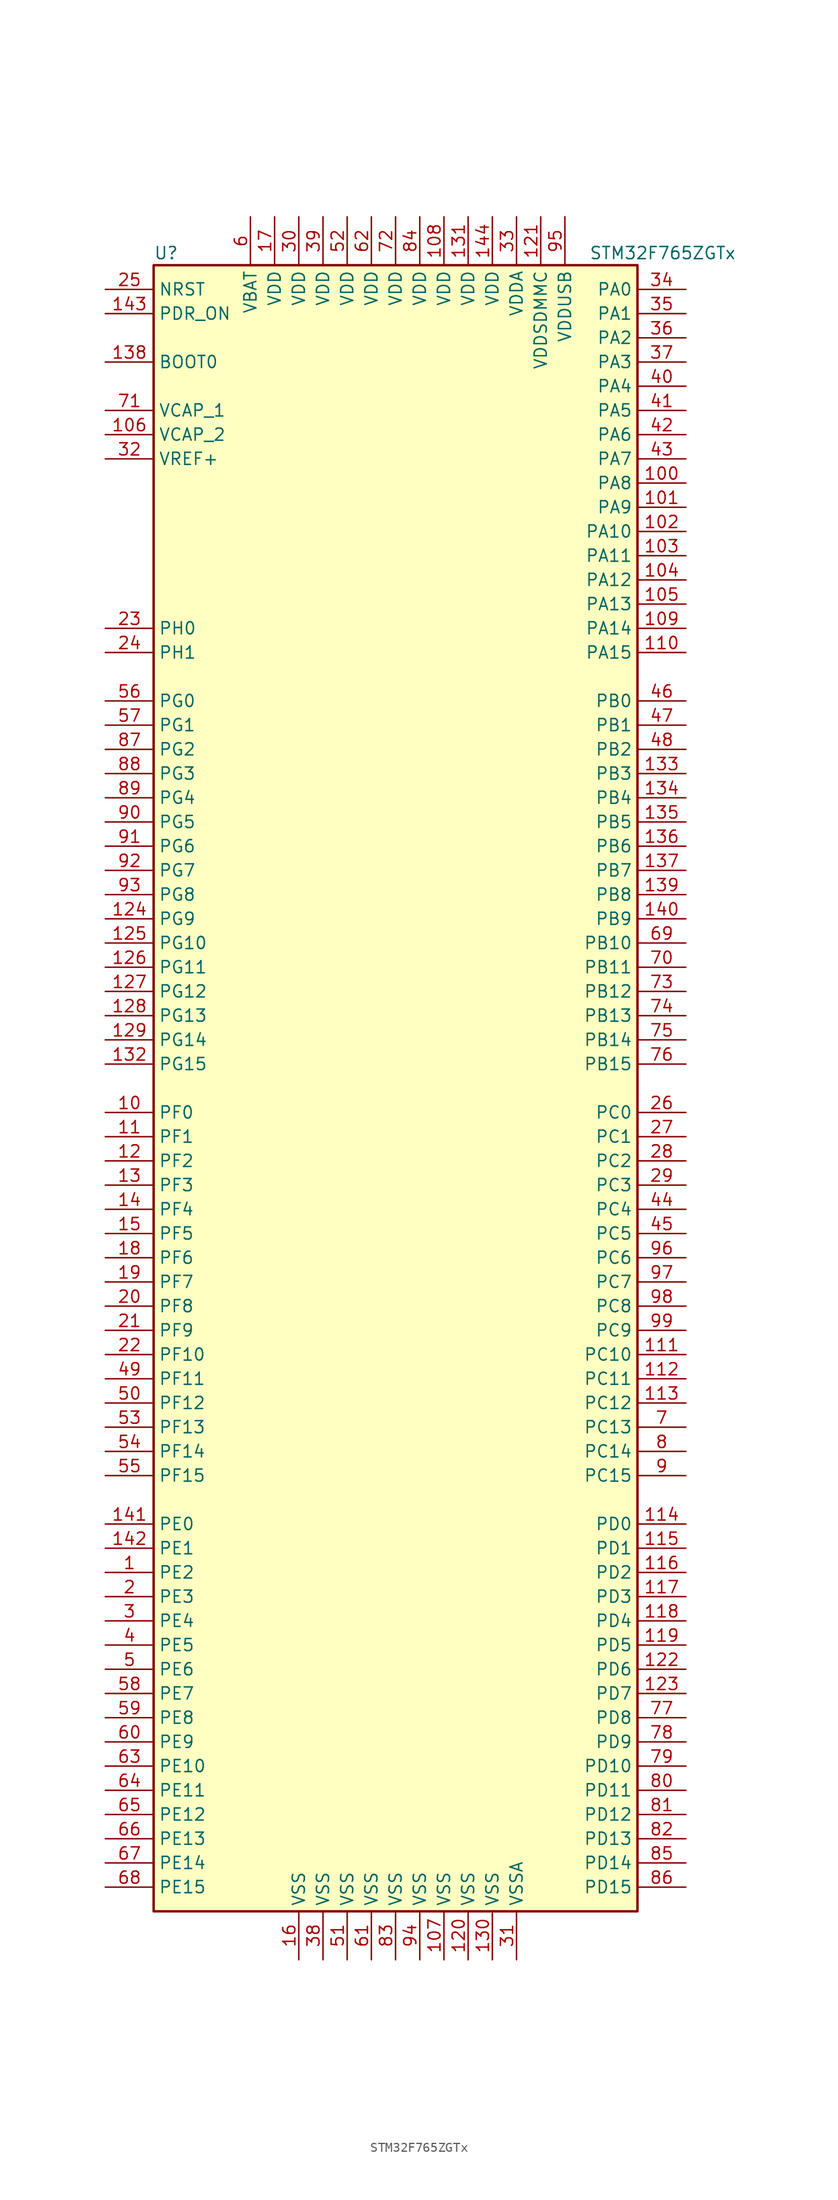
<source format=kicad_sym>
(kicad_symbol_lib
  (version 20201005)
  (generator kicad_symbol_editor)
  (symbol "MCU_ST_STM32F7:STM32F765ZGTx"
    (property "Reference" "U"
      (at -25.4 87.63 0)
      (effects (font (size 1.27 1.27)) (justify left)))
    (property "Value" "STM32F765ZGTx"
      (at 20.32 87.63 0)
      (effects (font (size 1.27 1.27)) (justify left)))
    (symbol "STM32F765ZGTx_0_1"
      (rectangle (start -25.4 -86.36) (end 25.4 86.36) (stroke (width 0.254)) (fill (type background))))
    (symbol "STM32F765ZGTx_1_1"
      (pin input line (at -30.48 76.2 0) (length 5.08) (name "BOOT0" (effects (font (size 1.27 1.27)))) (number "138" (effects (font (size 1.27 1.27)))))
      (pin input line (at -30.48 83.82 0) (length 5.08) (name "NRST" (effects (font (size 1.27 1.27)))) (number "25" (effects (font (size 1.27 1.27)))))
      (pin bidirectional line (at 30.48 83.82 180) (length 5.08) (name "PA0" (effects (font (size 1.27 1.27)))) (number "34" (effects (font (size 1.27 1.27)))))
      (pin bidirectional line (at 30.48 81.28 180) (length 5.08) (name "PA1" (effects (font (size 1.27 1.27)))) (number "35" (effects (font (size 1.27 1.27)))))
      (pin bidirectional line (at 30.48 58.42 180) (length 5.08) (name "PA10" (effects (font (size 1.27 1.27)))) (number "102" (effects (font (size 1.27 1.27)))))
      (pin bidirectional line (at 30.48 55.88 180) (length 5.08) (name "PA11" (effects (font (size 1.27 1.27)))) (number "103" (effects (font (size 1.27 1.27)))))
      (pin bidirectional line (at 30.48 53.34 180) (length 5.08) (name "PA12" (effects (font (size 1.27 1.27)))) (number "104" (effects (font (size 1.27 1.27)))))
      (pin bidirectional line (at 30.48 50.8 180) (length 5.08) (name "PA13" (effects (font (size 1.27 1.27)))) (number "105" (effects (font (size 1.27 1.27)))))
      (pin bidirectional line (at 30.48 48.26 180) (length 5.08) (name "PA14" (effects (font (size 1.27 1.27)))) (number "109" (effects (font (size 1.27 1.27)))))
      (pin bidirectional line (at 30.48 45.72 180) (length 5.08) (name "PA15" (effects (font (size 1.27 1.27)))) (number "110" (effects (font (size 1.27 1.27)))))
      (pin bidirectional line (at 30.48 78.74 180) (length 5.08) (name "PA2" (effects (font (size 1.27 1.27)))) (number "36" (effects (font (size 1.27 1.27)))))
      (pin bidirectional line (at 30.48 76.2 180) (length 5.08) (name "PA3" (effects (font (size 1.27 1.27)))) (number "37" (effects (font (size 1.27 1.27)))))
      (pin bidirectional line (at 30.48 73.66 180) (length 5.08) (name "PA4" (effects (font (size 1.27 1.27)))) (number "40" (effects (font (size 1.27 1.27)))))
      (pin bidirectional line (at 30.48 71.12 180) (length 5.08) (name "PA5" (effects (font (size 1.27 1.27)))) (number "41" (effects (font (size 1.27 1.27)))))
      (pin bidirectional line (at 30.48 68.58 180) (length 5.08) (name "PA6" (effects (font (size 1.27 1.27)))) (number "42" (effects (font (size 1.27 1.27)))))
      (pin bidirectional line (at 30.48 66.04 180) (length 5.08) (name "PA7" (effects (font (size 1.27 1.27)))) (number "43" (effects (font (size 1.27 1.27)))))
      (pin bidirectional line (at 30.48 63.5 180) (length 5.08) (name "PA8" (effects (font (size 1.27 1.27)))) (number "100" (effects (font (size 1.27 1.27)))))
      (pin bidirectional line (at 30.48 60.96 180) (length 5.08) (name "PA9" (effects (font (size 1.27 1.27)))) (number "101" (effects (font (size 1.27 1.27)))))
      (pin bidirectional line (at 30.48 40.64 180) (length 5.08) (name "PB0" (effects (font (size 1.27 1.27)))) (number "46" (effects (font (size 1.27 1.27)))))
      (pin bidirectional line (at 30.48 38.1 180) (length 5.08) (name "PB1" (effects (font (size 1.27 1.27)))) (number "47" (effects (font (size 1.27 1.27)))))
      (pin bidirectional line (at 30.48 15.24 180) (length 5.08) (name "PB10" (effects (font (size 1.27 1.27)))) (number "69" (effects (font (size 1.27 1.27)))))
      (pin bidirectional line (at 30.48 12.7 180) (length 5.08) (name "PB11" (effects (font (size 1.27 1.27)))) (number "70" (effects (font (size 1.27 1.27)))))
      (pin bidirectional line (at 30.48 10.16 180) (length 5.08) (name "PB12" (effects (font (size 1.27 1.27)))) (number "73" (effects (font (size 1.27 1.27)))))
      (pin bidirectional line (at 30.48 7.62 180) (length 5.08) (name "PB13" (effects (font (size 1.27 1.27)))) (number "74" (effects (font (size 1.27 1.27)))))
      (pin bidirectional line (at 30.48 5.08 180) (length 5.08) (name "PB14" (effects (font (size 1.27 1.27)))) (number "75" (effects (font (size 1.27 1.27)))))
      (pin bidirectional line (at 30.48 2.54 180) (length 5.08) (name "PB15" (effects (font (size 1.27 1.27)))) (number "76" (effects (font (size 1.27 1.27)))))
      (pin bidirectional line (at 30.48 35.56 180) (length 5.08) (name "PB2" (effects (font (size 1.27 1.27)))) (number "48" (effects (font (size 1.27 1.27)))))
      (pin bidirectional line (at 30.48 33.02 180) (length 5.08) (name "PB3" (effects (font (size 1.27 1.27)))) (number "133" (effects (font (size 1.27 1.27)))))
      (pin bidirectional line (at 30.48 30.48 180) (length 5.08) (name "PB4" (effects (font (size 1.27 1.27)))) (number "134" (effects (font (size 1.27 1.27)))))
      (pin bidirectional line (at 30.48 27.94 180) (length 5.08) (name "PB5" (effects (font (size 1.27 1.27)))) (number "135" (effects (font (size 1.27 1.27)))))
      (pin bidirectional line (at 30.48 25.4 180) (length 5.08) (name "PB6" (effects (font (size 1.27 1.27)))) (number "136" (effects (font (size 1.27 1.27)))))
      (pin bidirectional line (at 30.48 22.86 180) (length 5.08) (name "PB7" (effects (font (size 1.27 1.27)))) (number "137" (effects (font (size 1.27 1.27)))))
      (pin bidirectional line (at 30.48 20.32 180) (length 5.08) (name "PB8" (effects (font (size 1.27 1.27)))) (number "139" (effects (font (size 1.27 1.27)))))
      (pin bidirectional line (at 30.48 17.78 180) (length 5.08) (name "PB9" (effects (font (size 1.27 1.27)))) (number "140" (effects (font (size 1.27 1.27)))))
      (pin bidirectional line (at 30.48 -2.54 180) (length 5.08) (name "PC0" (effects (font (size 1.27 1.27)))) (number "26" (effects (font (size 1.27 1.27)))))
      (pin bidirectional line (at 30.48 -5.08 180) (length 5.08) (name "PC1" (effects (font (size 1.27 1.27)))) (number "27" (effects (font (size 1.27 1.27)))))
      (pin bidirectional line (at 30.48 -27.94 180) (length 5.08) (name "PC10" (effects (font (size 1.27 1.27)))) (number "111" (effects (font (size 1.27 1.27)))))
      (pin bidirectional line (at 30.48 -30.48 180) (length 5.08) (name "PC11" (effects (font (size 1.27 1.27)))) (number "112" (effects (font (size 1.27 1.27)))))
      (pin bidirectional line (at 30.48 -33.02 180) (length 5.08) (name "PC12" (effects (font (size 1.27 1.27)))) (number "113" (effects (font (size 1.27 1.27)))))
      (pin bidirectional line (at 30.48 -35.56 180) (length 5.08) (name "PC13" (effects (font (size 1.27 1.27)))) (number "7" (effects (font (size 1.27 1.27)))))
      (pin bidirectional line (at 30.48 -38.1 180) (length 5.08) (name "PC14" (effects (font (size 1.27 1.27)))) (number "8" (effects (font (size 1.27 1.27)))))
      (pin bidirectional line (at 30.48 -40.64 180) (length 5.08) (name "PC15" (effects (font (size 1.27 1.27)))) (number "9" (effects (font (size 1.27 1.27)))))
      (pin bidirectional line (at 30.48 -7.62 180) (length 5.08) (name "PC2" (effects (font (size 1.27 1.27)))) (number "28" (effects (font (size 1.27 1.27)))))
      (pin bidirectional line (at 30.48 -10.16 180) (length 5.08) (name "PC3" (effects (font (size 1.27 1.27)))) (number "29" (effects (font (size 1.27 1.27)))))
      (pin bidirectional line (at 30.48 -12.7 180) (length 5.08) (name "PC4" (effects (font (size 1.27 1.27)))) (number "44" (effects (font (size 1.27 1.27)))))
      (pin bidirectional line (at 30.48 -15.24 180) (length 5.08) (name "PC5" (effects (font (size 1.27 1.27)))) (number "45" (effects (font (size 1.27 1.27)))))
      (pin bidirectional line (at 30.48 -17.78 180) (length 5.08) (name "PC6" (effects (font (size 1.27 1.27)))) (number "96" (effects (font (size 1.27 1.27)))))
      (pin bidirectional line (at 30.48 -20.32 180) (length 5.08) (name "PC7" (effects (font (size 1.27 1.27)))) (number "97" (effects (font (size 1.27 1.27)))))
      (pin bidirectional line (at 30.48 -22.86 180) (length 5.08) (name "PC8" (effects (font (size 1.27 1.27)))) (number "98" (effects (font (size 1.27 1.27)))))
      (pin bidirectional line (at 30.48 -25.4 180) (length 5.08) (name "PC9" (effects (font (size 1.27 1.27)))) (number "99" (effects (font (size 1.27 1.27)))))
      (pin bidirectional line (at 30.48 -45.72 180) (length 5.08) (name "PD0" (effects (font (size 1.27 1.27)))) (number "114" (effects (font (size 1.27 1.27)))))
      (pin bidirectional line (at 30.48 -48.26 180) (length 5.08) (name "PD1" (effects (font (size 1.27 1.27)))) (number "115" (effects (font (size 1.27 1.27)))))
      (pin bidirectional line (at 30.48 -71.12 180) (length 5.08) (name "PD10" (effects (font (size 1.27 1.27)))) (number "79" (effects (font (size 1.27 1.27)))))
      (pin bidirectional line (at 30.48 -73.66 180) (length 5.08) (name "PD11" (effects (font (size 1.27 1.27)))) (number "80" (effects (font (size 1.27 1.27)))))
      (pin bidirectional line (at 30.48 -76.2 180) (length 5.08) (name "PD12" (effects (font (size 1.27 1.27)))) (number "81" (effects (font (size 1.27 1.27)))))
      (pin bidirectional line (at 30.48 -78.74 180) (length 5.08) (name "PD13" (effects (font (size 1.27 1.27)))) (number "82" (effects (font (size 1.27 1.27)))))
      (pin bidirectional line (at 30.48 -81.28 180) (length 5.08) (name "PD14" (effects (font (size 1.27 1.27)))) (number "85" (effects (font (size 1.27 1.27)))))
      (pin bidirectional line (at 30.48 -83.82 180) (length 5.08) (name "PD15" (effects (font (size 1.27 1.27)))) (number "86" (effects (font (size 1.27 1.27)))))
      (pin bidirectional line (at 30.48 -50.8 180) (length 5.08) (name "PD2" (effects (font (size 1.27 1.27)))) (number "116" (effects (font (size 1.27 1.27)))))
      (pin bidirectional line (at 30.48 -53.34 180) (length 5.08) (name "PD3" (effects (font (size 1.27 1.27)))) (number "117" (effects (font (size 1.27 1.27)))))
      (pin bidirectional line (at 30.48 -55.88 180) (length 5.08) (name "PD4" (effects (font (size 1.27 1.27)))) (number "118" (effects (font (size 1.27 1.27)))))
      (pin bidirectional line (at 30.48 -58.42 180) (length 5.08) (name "PD5" (effects (font (size 1.27 1.27)))) (number "119" (effects (font (size 1.27 1.27)))))
      (pin bidirectional line (at 30.48 -60.96 180) (length 5.08) (name "PD6" (effects (font (size 1.27 1.27)))) (number "122" (effects (font (size 1.27 1.27)))))
      (pin bidirectional line (at 30.48 -63.5 180) (length 5.08) (name "PD7" (effects (font (size 1.27 1.27)))) (number "123" (effects (font (size 1.27 1.27)))))
      (pin bidirectional line (at 30.48 -66.04 180) (length 5.08) (name "PD8" (effects (font (size 1.27 1.27)))) (number "77" (effects (font (size 1.27 1.27)))))
      (pin bidirectional line (at 30.48 -68.58 180) (length 5.08) (name "PD9" (effects (font (size 1.27 1.27)))) (number "78" (effects (font (size 1.27 1.27)))))
      (pin input line (at -30.48 81.28 0) (length 5.08) (name "PDR_ON" (effects (font (size 1.27 1.27)))) (number "143" (effects (font (size 1.27 1.27)))))
      (pin bidirectional line (at -30.48 -45.72 0) (length 5.08) (name "PE0" (effects (font (size 1.27 1.27)))) (number "141" (effects (font (size 1.27 1.27)))))
      (pin bidirectional line (at -30.48 -48.26 0) (length 5.08) (name "PE1" (effects (font (size 1.27 1.27)))) (number "142" (effects (font (size 1.27 1.27)))))
      (pin bidirectional line (at -30.48 -71.12 0) (length 5.08) (name "PE10" (effects (font (size 1.27 1.27)))) (number "63" (effects (font (size 1.27 1.27)))))
      (pin bidirectional line (at -30.48 -73.66 0) (length 5.08) (name "PE11" (effects (font (size 1.27 1.27)))) (number "64" (effects (font (size 1.27 1.27)))))
      (pin bidirectional line (at -30.48 -76.2 0) (length 5.08) (name "PE12" (effects (font (size 1.27 1.27)))) (number "65" (effects (font (size 1.27 1.27)))))
      (pin bidirectional line (at -30.48 -78.74 0) (length 5.08) (name "PE13" (effects (font (size 1.27 1.27)))) (number "66" (effects (font (size 1.27 1.27)))))
      (pin bidirectional line (at -30.48 -81.28 0) (length 5.08) (name "PE14" (effects (font (size 1.27 1.27)))) (number "67" (effects (font (size 1.27 1.27)))))
      (pin bidirectional line (at -30.48 -83.82 0) (length 5.08) (name "PE15" (effects (font (size 1.27 1.27)))) (number "68" (effects (font (size 1.27 1.27)))))
      (pin bidirectional line (at -30.48 -50.8 0) (length 5.08) (name "PE2" (effects (font (size 1.27 1.27)))) (number "1" (effects (font (size 1.27 1.27)))))
      (pin bidirectional line (at -30.48 -53.34 0) (length 5.08) (name "PE3" (effects (font (size 1.27 1.27)))) (number "2" (effects (font (size 1.27 1.27)))))
      (pin bidirectional line (at -30.48 -55.88 0) (length 5.08) (name "PE4" (effects (font (size 1.27 1.27)))) (number "3" (effects (font (size 1.27 1.27)))))
      (pin bidirectional line (at -30.48 -58.42 0) (length 5.08) (name "PE5" (effects (font (size 1.27 1.27)))) (number "4" (effects (font (size 1.27 1.27)))))
      (pin bidirectional line (at -30.48 -60.96 0) (length 5.08) (name "PE6" (effects (font (size 1.27 1.27)))) (number "5" (effects (font (size 1.27 1.27)))))
      (pin bidirectional line (at -30.48 -63.5 0) (length 5.08) (name "PE7" (effects (font (size 1.27 1.27)))) (number "58" (effects (font (size 1.27 1.27)))))
      (pin bidirectional line (at -30.48 -66.04 0) (length 5.08) (name "PE8" (effects (font (size 1.27 1.27)))) (number "59" (effects (font (size 1.27 1.27)))))
      (pin bidirectional line (at -30.48 -68.58 0) (length 5.08) (name "PE9" (effects (font (size 1.27 1.27)))) (number "60" (effects (font (size 1.27 1.27)))))
      (pin bidirectional line (at -30.48 -2.54 0) (length 5.08) (name "PF0" (effects (font (size 1.27 1.27)))) (number "10" (effects (font (size 1.27 1.27)))))
      (pin bidirectional line (at -30.48 -5.08 0) (length 5.08) (name "PF1" (effects (font (size 1.27 1.27)))) (number "11" (effects (font (size 1.27 1.27)))))
      (pin bidirectional line (at -30.48 -27.94 0) (length 5.08) (name "PF10" (effects (font (size 1.27 1.27)))) (number "22" (effects (font (size 1.27 1.27)))))
      (pin bidirectional line (at -30.48 -30.48 0) (length 5.08) (name "PF11" (effects (font (size 1.27 1.27)))) (number "49" (effects (font (size 1.27 1.27)))))
      (pin bidirectional line (at -30.48 -33.02 0) (length 5.08) (name "PF12" (effects (font (size 1.27 1.27)))) (number "50" (effects (font (size 1.27 1.27)))))
      (pin bidirectional line (at -30.48 -35.56 0) (length 5.08) (name "PF13" (effects (font (size 1.27 1.27)))) (number "53" (effects (font (size 1.27 1.27)))))
      (pin bidirectional line (at -30.48 -38.1 0) (length 5.08) (name "PF14" (effects (font (size 1.27 1.27)))) (number "54" (effects (font (size 1.27 1.27)))))
      (pin bidirectional line (at -30.48 -40.64 0) (length 5.08) (name "PF15" (effects (font (size 1.27 1.27)))) (number "55" (effects (font (size 1.27 1.27)))))
      (pin bidirectional line (at -30.48 -7.62 0) (length 5.08) (name "PF2" (effects (font (size 1.27 1.27)))) (number "12" (effects (font (size 1.27 1.27)))))
      (pin bidirectional line (at -30.48 -10.16 0) (length 5.08) (name "PF3" (effects (font (size 1.27 1.27)))) (number "13" (effects (font (size 1.27 1.27)))))
      (pin bidirectional line (at -30.48 -12.7 0) (length 5.08) (name "PF4" (effects (font (size 1.27 1.27)))) (number "14" (effects (font (size 1.27 1.27)))))
      (pin bidirectional line (at -30.48 -15.24 0) (length 5.08) (name "PF5" (effects (font (size 1.27 1.27)))) (number "15" (effects (font (size 1.27 1.27)))))
      (pin bidirectional line (at -30.48 -17.78 0) (length 5.08) (name "PF6" (effects (font (size 1.27 1.27)))) (number "18" (effects (font (size 1.27 1.27)))))
      (pin bidirectional line (at -30.48 -20.32 0) (length 5.08) (name "PF7" (effects (font (size 1.27 1.27)))) (number "19" (effects (font (size 1.27 1.27)))))
      (pin bidirectional line (at -30.48 -22.86 0) (length 5.08) (name "PF8" (effects (font (size 1.27 1.27)))) (number "20" (effects (font (size 1.27 1.27)))))
      (pin bidirectional line (at -30.48 -25.4 0) (length 5.08) (name "PF9" (effects (font (size 1.27 1.27)))) (number "21" (effects (font (size 1.27 1.27)))))
      (pin bidirectional line (at -30.48 40.64 0) (length 5.08) (name "PG0" (effects (font (size 1.27 1.27)))) (number "56" (effects (font (size 1.27 1.27)))))
      (pin bidirectional line (at -30.48 38.1 0) (length 5.08) (name "PG1" (effects (font (size 1.27 1.27)))) (number "57" (effects (font (size 1.27 1.27)))))
      (pin bidirectional line (at -30.48 15.24 0) (length 5.08) (name "PG10" (effects (font (size 1.27 1.27)))) (number "125" (effects (font (size 1.27 1.27)))))
      (pin bidirectional line (at -30.48 12.7 0) (length 5.08) (name "PG11" (effects (font (size 1.27 1.27)))) (number "126" (effects (font (size 1.27 1.27)))))
      (pin bidirectional line (at -30.48 10.16 0) (length 5.08) (name "PG12" (effects (font (size 1.27 1.27)))) (number "127" (effects (font (size 1.27 1.27)))))
      (pin bidirectional line (at -30.48 7.62 0) (length 5.08) (name "PG13" (effects (font (size 1.27 1.27)))) (number "128" (effects (font (size 1.27 1.27)))))
      (pin bidirectional line (at -30.48 5.08 0) (length 5.08) (name "PG14" (effects (font (size 1.27 1.27)))) (number "129" (effects (font (size 1.27 1.27)))))
      (pin bidirectional line (at -30.48 2.54 0) (length 5.08) (name "PG15" (effects (font (size 1.27 1.27)))) (number "132" (effects (font (size 1.27 1.27)))))
      (pin bidirectional line (at -30.48 35.56 0) (length 5.08) (name "PG2" (effects (font (size 1.27 1.27)))) (number "87" (effects (font (size 1.27 1.27)))))
      (pin bidirectional line (at -30.48 33.02 0) (length 5.08) (name "PG3" (effects (font (size 1.27 1.27)))) (number "88" (effects (font (size 1.27 1.27)))))
      (pin bidirectional line (at -30.48 30.48 0) (length 5.08) (name "PG4" (effects (font (size 1.27 1.27)))) (number "89" (effects (font (size 1.27 1.27)))))
      (pin bidirectional line (at -30.48 27.94 0) (length 5.08) (name "PG5" (effects (font (size 1.27 1.27)))) (number "90" (effects (font (size 1.27 1.27)))))
      (pin bidirectional line (at -30.48 25.4 0) (length 5.08) (name "PG6" (effects (font (size 1.27 1.27)))) (number "91" (effects (font (size 1.27 1.27)))))
      (pin bidirectional line (at -30.48 22.86 0) (length 5.08) (name "PG7" (effects (font (size 1.27 1.27)))) (number "92" (effects (font (size 1.27 1.27)))))
      (pin bidirectional line (at -30.48 20.32 0) (length 5.08) (name "PG8" (effects (font (size 1.27 1.27)))) (number "93" (effects (font (size 1.27 1.27)))))
      (pin bidirectional line (at -30.48 17.78 0) (length 5.08) (name "PG9" (effects (font (size 1.27 1.27)))) (number "124" (effects (font (size 1.27 1.27)))))
      (pin input line (at -30.48 48.26 0) (length 5.08) (name "PH0" (effects (font (size 1.27 1.27)))) (number "23" (effects (font (size 1.27 1.27)))))
      (pin input line (at -30.48 45.72 0) (length 5.08) (name "PH1" (effects (font (size 1.27 1.27)))) (number "24" (effects (font (size 1.27 1.27)))))
      (pin power_in line (at -15.24 91.44 270) (length 5.08) (name "VBAT" (effects (font (size 1.27 1.27)))) (number "6" (effects (font (size 1.27 1.27)))))
      (pin power_in line (at -30.48 71.12 0) (length 5.08) (name "VCAP_1" (effects (font (size 1.27 1.27)))) (number "71" (effects (font (size 1.27 1.27)))))
      (pin power_in line (at -30.48 68.58 0) (length 5.08) (name "VCAP_2" (effects (font (size 1.27 1.27)))) (number "106" (effects (font (size 1.27 1.27)))))
      (pin power_in line (at 5.08 91.44 270) (length 5.08) (name "VDD" (effects (font (size 1.27 1.27)))) (number "108" (effects (font (size 1.27 1.27)))))
      (pin power_in line (at 7.62 91.44 270) (length 5.08) (name "VDD" (effects (font (size 1.27 1.27)))) (number "131" (effects (font (size 1.27 1.27)))))
      (pin power_in line (at 10.16 91.44 270) (length 5.08) (name "VDD" (effects (font (size 1.27 1.27)))) (number "144" (effects (font (size 1.27 1.27)))))
      (pin power_in line (at -12.7 91.44 270) (length 5.08) (name "VDD" (effects (font (size 1.27 1.27)))) (number "17" (effects (font (size 1.27 1.27)))))
      (pin power_in line (at -10.16 91.44 270) (length 5.08) (name "VDD" (effects (font (size 1.27 1.27)))) (number "30" (effects (font (size 1.27 1.27)))))
      (pin power_in line (at -7.62 91.44 270) (length 5.08) (name "VDD" (effects (font (size 1.27 1.27)))) (number "39" (effects (font (size 1.27 1.27)))))
      (pin power_in line (at -5.08 91.44 270) (length 5.08) (name "VDD" (effects (font (size 1.27 1.27)))) (number "52" (effects (font (size 1.27 1.27)))))
      (pin power_in line (at -2.54 91.44 270) (length 5.08) (name "VDD" (effects (font (size 1.27 1.27)))) (number "62" (effects (font (size 1.27 1.27)))))
      (pin power_in line (at 0 91.44 270) (length 5.08) (name "VDD" (effects (font (size 1.27 1.27)))) (number "72" (effects (font (size 1.27 1.27)))))
      (pin power_in line (at 2.54 91.44 270) (length 5.08) (name "VDD" (effects (font (size 1.27 1.27)))) (number "84" (effects (font (size 1.27 1.27)))))
      (pin power_in line (at 12.7 91.44 270) (length 5.08) (name "VDDA" (effects (font (size 1.27 1.27)))) (number "33" (effects (font (size 1.27 1.27)))))
      (pin power_in line (at 15.24 91.44 270) (length 5.08) (name "VDDSDMMC" (effects (font (size 1.27 1.27)))) (number "121" (effects (font (size 1.27 1.27)))))
      (pin power_in line (at 17.78 91.44 270) (length 5.08) (name "VDDUSB" (effects (font (size 1.27 1.27)))) (number "95" (effects (font (size 1.27 1.27)))))
      (pin power_in line (at -30.48 66.04 0) (length 5.08) (name "VREF+" (effects (font (size 1.27 1.27)))) (number "32" (effects (font (size 1.27 1.27)))))
      (pin power_in line (at 5.08 -91.44 90) (length 5.08) (name "VSS" (effects (font (size 1.27 1.27)))) (number "107" (effects (font (size 1.27 1.27)))))
      (pin power_in line (at 7.62 -91.44 90) (length 5.08) (name "VSS" (effects (font (size 1.27 1.27)))) (number "120" (effects (font (size 1.27 1.27)))))
      (pin power_in line (at 10.16 -91.44 90) (length 5.08) (name "VSS" (effects (font (size 1.27 1.27)))) (number "130" (effects (font (size 1.27 1.27)))))
      (pin power_in line (at -10.16 -91.44 90) (length 5.08) (name "VSS" (effects (font (size 1.27 1.27)))) (number "16" (effects (font (size 1.27 1.27)))))
      (pin power_in line (at -7.62 -91.44 90) (length 5.08) (name "VSS" (effects (font (size 1.27 1.27)))) (number "38" (effects (font (size 1.27 1.27)))))
      (pin power_in line (at -5.08 -91.44 90) (length 5.08) (name "VSS" (effects (font (size 1.27 1.27)))) (number "51" (effects (font (size 1.27 1.27)))))
      (pin power_in line (at -2.54 -91.44 90) (length 5.08) (name "VSS" (effects (font (size 1.27 1.27)))) (number "61" (effects (font (size 1.27 1.27)))))
      (pin power_in line (at 0 -91.44 90) (length 5.08) (name "VSS" (effects (font (size 1.27 1.27)))) (number "83" (effects (font (size 1.27 1.27)))))
      (pin power_in line (at 2.54 -91.44 90) (length 5.08) (name "VSS" (effects (font (size 1.27 1.27)))) (number "94" (effects (font (size 1.27 1.27)))))
      (pin power_in line (at 12.7 -91.44 90) (length 5.08) (name "VSSA" (effects (font (size 1.27 1.27)))) (number "31" (effects (font (size 1.27 1.27))))))))
</source>
